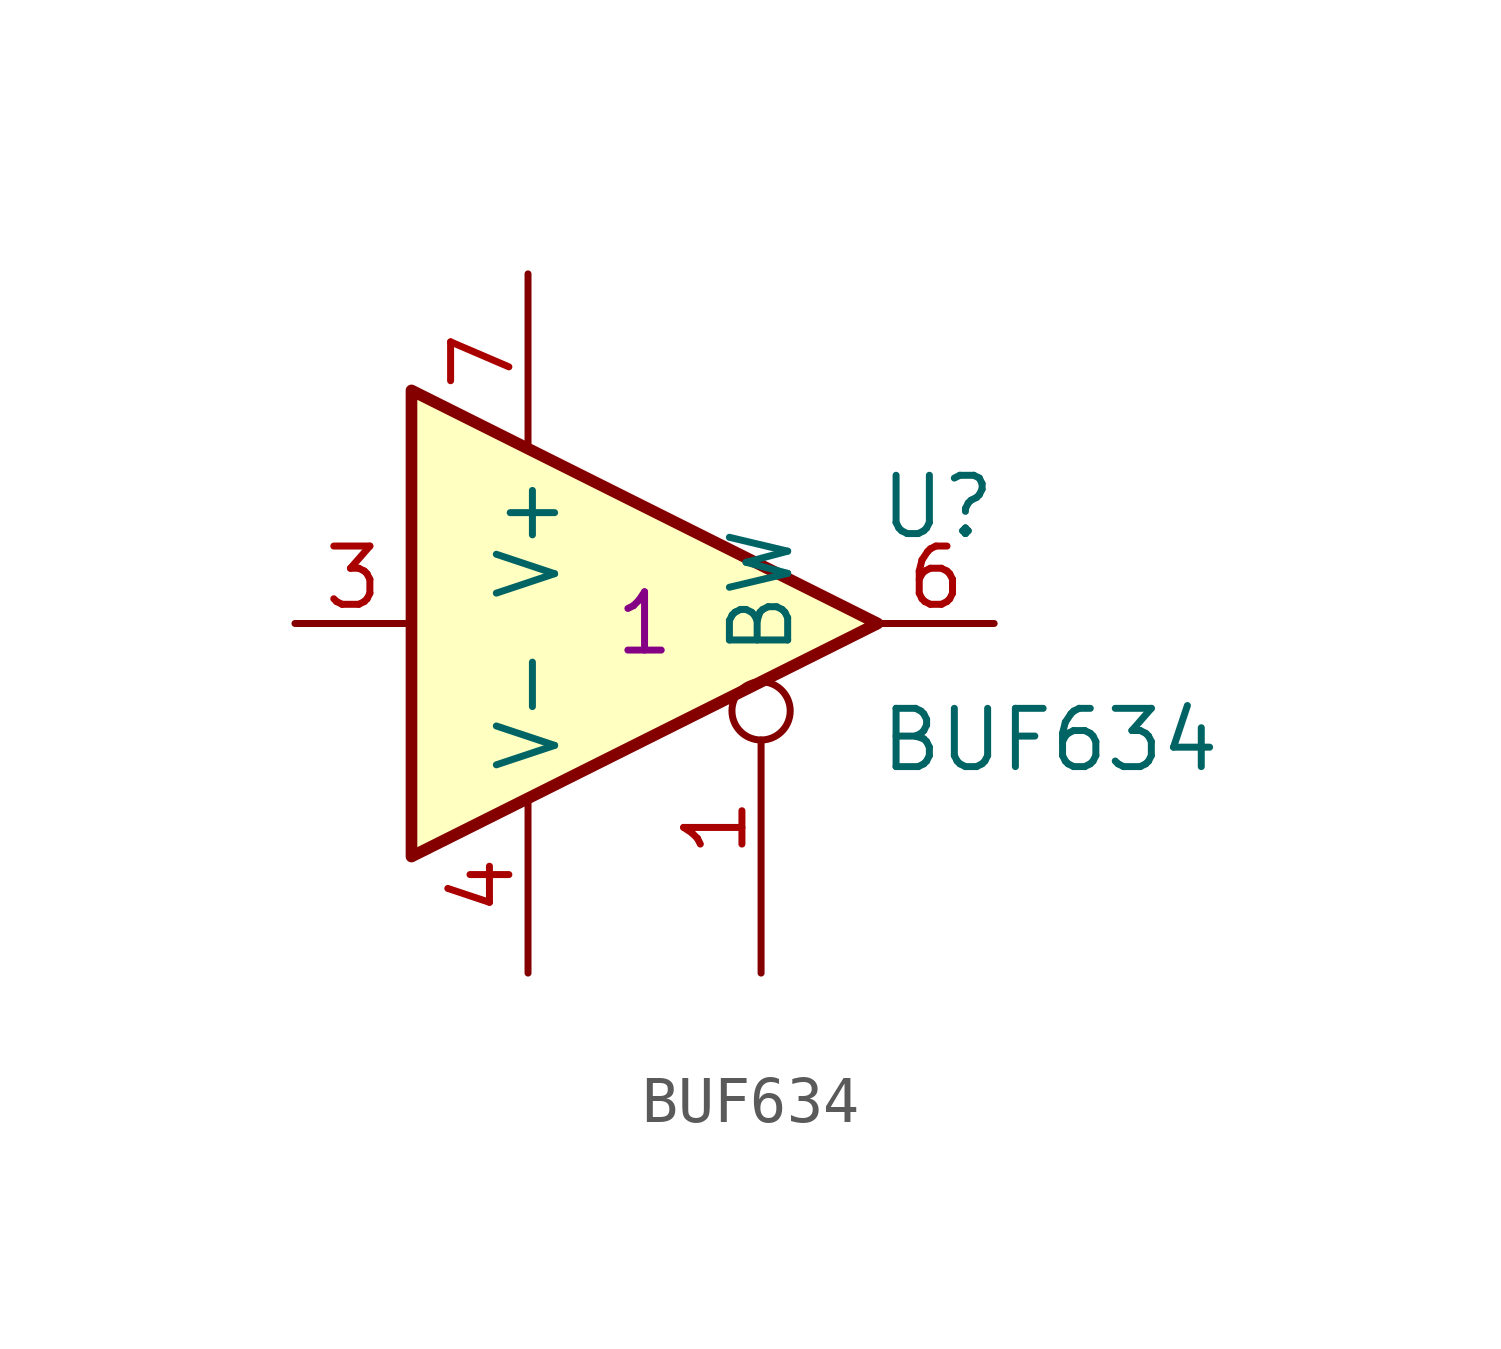
<source format=kicad_sym>
(kicad_symbol_lib
  (version 20220914)
  (generator kicad_symbol_editor)
  (symbol "BUF634"
    (property "Reference" "U"
      (at 5.08 2.54 0)
      (effects (font (size 1.27 1.27)) (justify left)))
    (property "Value" "BUF634"
      (at 5.08 -2.54 0)
      (effects (font (size 1.27 1.27)) (justify left)))
    (property "Field4" "1"
      (at 0 0 0)
      (effects (font (size 1.27 1.27))))
    (symbol "BUF634_0_1"
      (polyline (pts (xy 5.08 0) (xy -5.08 5.08) (xy -5.08 -5.08) (xy 5.08 0)) (stroke (width 0.254) (type solid)) (fill (type background)))
      (pin power_in line (at -2.54 -7.62 90) (length 3.81) (name "V-" (effects (font (size 1.27 1.27)))) (number "4" (effects (font (size 1.27 1.27)))))
      (pin power_in line (at -2.54 7.62 270) (length 3.81) (name "V+" (effects (font (size 1.27 1.27)))) (number "7" (effects (font (size 1.27 1.27))))))
    (symbol "BUF634_1_1"
      (pin input inverted (at 2.54 -7.62 90) (length 6.35) (name "BW" (effects (font (size 1.27 1.27)))) (number "1" (effects (font (size 1.27 1.27)))))
      (pin input line (at -7.62 0 0) (length 2.54) (name "~" (effects (font (size 1.27 1.27)))) (number "3" (effects (font (size 1.27 1.27)))))
      (pin output line (at 7.62 0 180) (length 2.54) (name "~" (effects (font (size 1.27 1.27)))) (number "6" (effects (font (size 1.27 1.27))))))))
</source>
